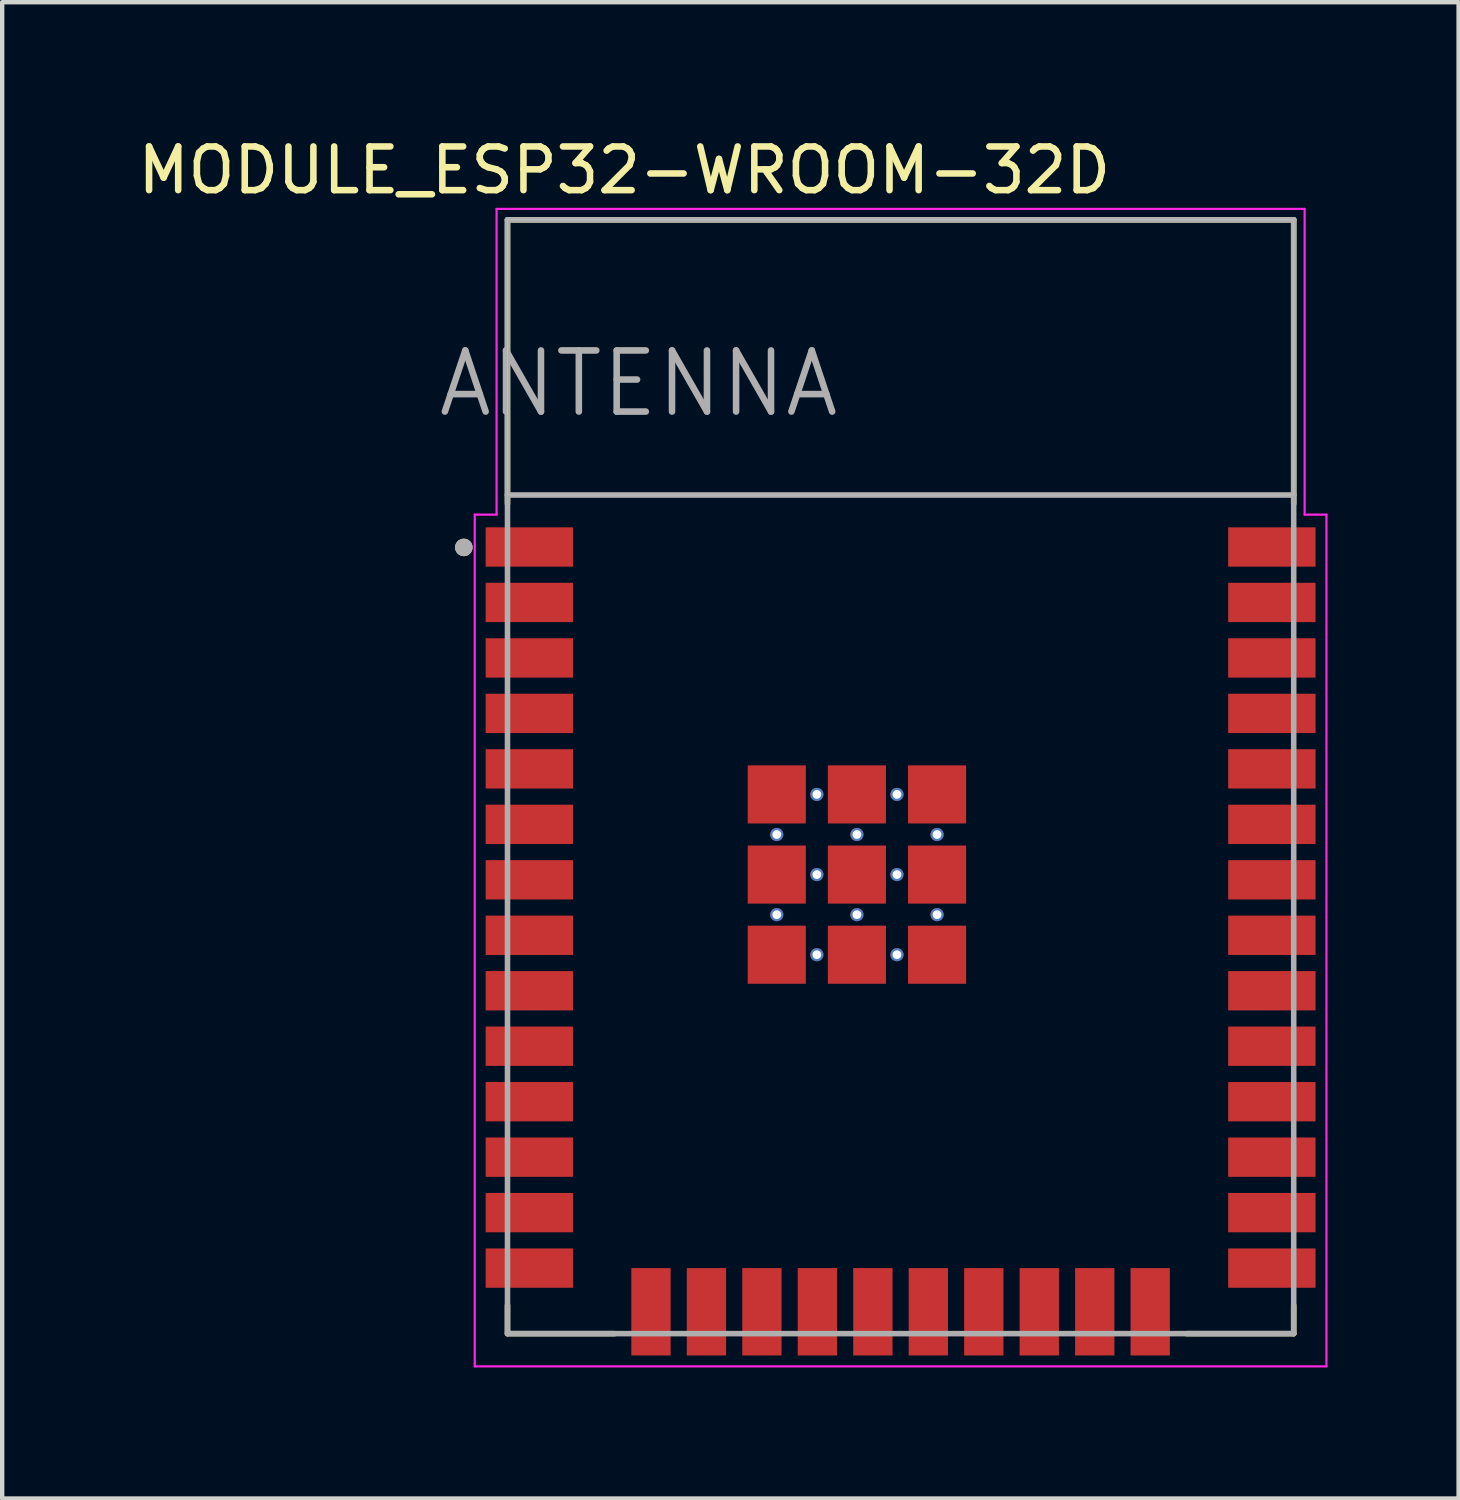
<source format=kicad_pcb>
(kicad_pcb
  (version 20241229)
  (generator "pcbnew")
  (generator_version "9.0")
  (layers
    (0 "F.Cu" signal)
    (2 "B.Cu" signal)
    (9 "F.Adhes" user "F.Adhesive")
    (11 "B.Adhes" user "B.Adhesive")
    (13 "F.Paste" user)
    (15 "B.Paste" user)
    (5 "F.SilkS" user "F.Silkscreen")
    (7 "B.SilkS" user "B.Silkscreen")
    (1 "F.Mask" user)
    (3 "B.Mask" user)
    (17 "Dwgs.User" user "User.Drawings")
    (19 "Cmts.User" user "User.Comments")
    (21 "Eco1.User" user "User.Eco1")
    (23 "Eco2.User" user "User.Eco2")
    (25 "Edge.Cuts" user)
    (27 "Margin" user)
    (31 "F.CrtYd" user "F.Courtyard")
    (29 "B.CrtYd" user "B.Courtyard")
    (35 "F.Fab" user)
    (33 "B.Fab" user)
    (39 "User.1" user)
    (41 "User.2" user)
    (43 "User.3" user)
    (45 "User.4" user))
  (footprint "MODULE_ESP32-WROOM-32D"
    (layer "F.Cu")
    (at 17.569 14.733)
    (property "Reference" "MODULE_ESP32-WROOM-32D" (at -6.325 -13.885 0) (layer "F.SilkS") (effects (font (size 1 1) (thickness 0.15))))
    (attr through_hole)
    (fp_line (start -9 -12.75) (end 9 -12.75) (stroke (width 0.127) (type solid)) (layer "F.SilkS"))
    (fp_line (start -9 -6.25) (end -9 -12.75) (stroke (width 0.127) (type solid)) (layer "F.SilkS"))
    (fp_line (start -9 12.1) (end -9 12.75) (stroke (width 0.127) (type solid)) (layer "F.SilkS"))
    (fp_line (start -9 12.75) (end -6.55 12.75) (stroke (width 0.127) (type solid)) (layer "F.SilkS"))
    (fp_line (start 6.55 12.75) (end 9 12.75) (stroke (width 0.127) (type solid)) (layer "F.SilkS"))
    (fp_line (start 9 -12.75) (end 9 -6.25) (stroke (width 0.127) (type solid)) (layer "F.SilkS"))
    (fp_line (start 9 12.75) (end 9 12.1) (stroke (width 0.127) (type solid)) (layer "F.SilkS"))
    (fp_circle (center -10 -5.25) (end -9.9 -5.25) (stroke (width 0.2) (type solid)) (fill no) (layer "F.SilkS"))
    (fp_poly (pts (xy -9 -12.75) (xy 9 -12.75) (xy 9 -6.45) (xy -9 -6.45)) (stroke (width 0.01) (type solid)) (fill no) (layer "Dwgs.User"))
    (fp_poly (pts (xy -9 -12.75) (xy 9 -12.75) (xy 9 -6.45) (xy -9 -6.45)) (stroke (width 0.01) (type solid)) (fill no) (layer "Dwgs.User"))
    (fp_line (start -9.75 -6) (end -9.25 -6) (stroke (width 0.05) (type solid)) (layer "F.CrtYd"))
    (fp_line (start -9.75 13.5) (end -9.75 -6) (stroke (width 0.05) (type solid)) (layer "F.CrtYd"))
    (fp_line (start -9.25 -13) (end 9.25 -13) (stroke (width 0.05) (type solid)) (layer "F.CrtYd"))
    (fp_line (start -9.25 -6) (end -9.25 -13) (stroke (width 0.05) (type solid)) (layer "F.CrtYd"))
    (fp_line (start 9.25 -13) (end 9.25 -6) (stroke (width 0.05) (type solid)) (layer "F.CrtYd"))
    (fp_line (start 9.25 -6) (end 9.75 -6) (stroke (width 0.05) (type solid)) (layer "F.CrtYd"))
    (fp_line (start 9.75 -6) (end 9.75 13.5) (stroke (width 0.05) (type solid)) (layer "F.CrtYd"))
    (fp_line (start 9.75 13.5) (end -9.75 13.5) (stroke (width 0.05) (type solid)) (layer "F.CrtYd"))
    (fp_line (start -9 -12.75) (end -9 -6.45) (stroke (width 0.127) (type solid)) (layer "F.Fab"))
    (fp_line (start -9 -12.75) (end 9 -12.75) (stroke (width 0.127) (type solid)) (layer "F.Fab"))
    (fp_line (start -9 -6.45) (end 9 -6.45) (stroke (width 0.127) (type solid)) (layer "F.Fab"))
    (fp_line (start -9 12.75) (end -9 -6.45) (stroke (width 0.127) (type solid)) (layer "F.Fab"))
    (fp_line (start 9 -12.75) (end 9 -6.45) (stroke (width 0.127) (type solid)) (layer "F.Fab"))
    (fp_line (start 9 -6.45) (end 9 12.75) (stroke (width 0.127) (type solid)) (layer "F.Fab"))
    (fp_line (start 9 12.75) (end -9 12.75) (stroke (width 0.127) (type solid)) (layer "F.Fab"))
    (fp_circle (center -10 -5.25) (end -9.9 -5.25) (stroke (width 0.2) (type solid)) (fill no) (layer "F.Fab"))
    (fp_text user "ANTENNA" (at -6 -9 0) (layer "F.Fab") (effects (font (size 1.4 1.4) (thickness 0.15))))
    (pad "1" smd rect (at -8.5 -5.26) (size 2 0.9) (layers "F.Cu" "F.Mask" "F.Paste"))
    (pad "2" smd rect (at -8.5 -3.99) (size 2 0.9) (layers "F.Cu" "F.Mask" "F.Paste"))
    (pad "3" smd rect (at -8.5 -2.72) (size 2 0.9) (layers "F.Cu" "F.Mask" "F.Paste"))
    (pad "4" smd rect (at -8.5 -1.45) (size 2 0.9) (layers "F.Cu" "F.Mask" "F.Paste"))
    (pad "5" smd rect (at -8.5 -0.18) (size 2 0.9) (layers "F.Cu" "F.Mask" "F.Paste"))
    (pad "6" smd rect (at -8.5 1.09) (size 2 0.9) (layers "F.Cu" "F.Mask" "F.Paste"))
    (pad "7" smd rect (at -8.5 2.36) (size 2 0.9) (layers "F.Cu" "F.Mask" "F.Paste"))
    (pad "8" smd rect (at -8.5 3.63) (size 2 0.9) (layers "F.Cu" "F.Mask" "F.Paste"))
    (pad "9" smd rect (at -8.5 4.9) (size 2 0.9) (layers "F.Cu" "F.Mask" "F.Paste"))
    (pad "10" smd rect (at -8.5 6.17) (size 2 0.9) (layers "F.Cu" "F.Mask" "F.Paste"))
    (pad "11" smd rect (at -8.5 7.44) (size 2 0.9) (layers "F.Cu" "F.Mask" "F.Paste"))
    (pad "12" smd rect (at -8.5 8.71) (size 2 0.9) (layers "F.Cu" "F.Mask" "F.Paste"))
    (pad "13" smd rect (at -8.5 9.98) (size 2 0.9) (layers "F.Cu" "F.Mask" "F.Paste"))
    (pad "14" smd rect (at -8.5 11.25) (size 2 0.9) (layers "F.Cu" "F.Mask" "F.Paste"))
    (pad "15" smd rect (at -5.715 12.25) (size 0.9 2) (layers "F.Cu" "F.Mask" "F.Paste"))
    (pad "16" smd rect (at -4.445 12.25) (size 0.9 2) (layers "F.Cu" "F.Mask" "F.Paste"))
    (pad "17" smd rect (at -3.175 12.25) (size 0.9 2) (layers "F.Cu" "F.Mask" "F.Paste"))
    (pad "18" smd rect (at -1.905 12.25) (size 0.9 2) (layers "F.Cu" "F.Mask" "F.Paste"))
    (pad "19" smd rect (at -0.635 12.25) (size 0.9 2) (layers "F.Cu" "F.Mask" "F.Paste"))
    (pad "20" smd rect (at 0.635 12.25) (size 0.9 2) (layers "F.Cu" "F.Mask" "F.Paste"))
    (pad "21" smd rect (at 1.905 12.25) (size 0.9 2) (layers "F.Cu" "F.Mask" "F.Paste"))
    (pad "22" smd rect (at 3.175 12.25) (size 0.9 2) (layers "F.Cu" "F.Mask" "F.Paste"))
    (pad "23" smd rect (at 4.445 12.25) (size 0.9 2) (layers "F.Cu" "F.Mask" "F.Paste"))
    (pad "24" smd rect (at 5.715 12.25) (size 0.9 2) (layers "F.Cu" "F.Mask" "F.Paste"))
    (pad "25" smd rect (at 8.5 11.25) (size 2 0.9) (layers "F.Cu" "F.Mask" "F.Paste"))
    (pad "26" smd rect (at 8.5 9.98) (size 2 0.9) (layers "F.Cu" "F.Mask" "F.Paste"))
    (pad "27" smd rect (at 8.5 8.71) (size 2 0.9) (layers "F.Cu" "F.Mask" "F.Paste"))
    (pad "28" smd rect (at 8.5 7.44) (size 2 0.9) (layers "F.Cu" "F.Mask" "F.Paste"))
    (pad "29" smd rect (at 8.5 6.17) (size 2 0.9) (layers "F.Cu" "F.Mask" "F.Paste"))
    (pad "30" smd rect (at 8.5 4.9) (size 2 0.9) (layers "F.Cu" "F.Mask" "F.Paste"))
    (pad "31" smd rect (at 8.5 3.63) (size 2 0.9) (layers "F.Cu" "F.Mask" "F.Paste"))
    (pad "32" smd rect (at 8.5 2.36) (size 2 0.9) (layers "F.Cu" "F.Mask" "F.Paste"))
    (pad "33" smd rect (at 8.5 1.09) (size 2 0.9) (layers "F.Cu" "F.Mask" "F.Paste"))
    (pad "34" smd rect (at 8.5 -0.18) (size 2 0.9) (layers "F.Cu" "F.Mask" "F.Paste"))
    (pad "35" smd rect (at 8.5 -1.45) (size 2 0.9) (layers "F.Cu" "F.Mask" "F.Paste"))
    (pad "36" smd rect (at 8.5 -2.72) (size 2 0.9) (layers "F.Cu" "F.Mask" "F.Paste"))
    (pad "37" smd rect (at 8.5 -3.99) (size 2 0.9) (layers "F.Cu" "F.Mask" "F.Paste"))
    (pad "38" smd rect (at 8.5 -5.26) (size 2 0.9) (layers "F.Cu" "F.Mask" "F.Paste"))
    (pad "39_1" smd rect (at -2.835 0.405) (size 1.33 1.33) (layers "F.Cu" "F.Mask" "F.Paste"))
    (pad "39_2" smd rect (at -1 0.405) (size 1.33 1.33) (layers "F.Cu" "F.Mask" "F.Paste"))
    (pad "39_3" smd rect (at 0.835 0.405) (size 1.33 1.33) (layers "F.Cu" "F.Mask" "F.Paste"))
    (pad "39_4" smd rect (at -2.835 2.24) (size 1.33 1.33) (layers "F.Cu" "F.Mask" "F.Paste"))
    (pad "39_5" smd rect (at -1 2.24) (size 1.33 1.33) (layers "F.Cu" "F.Mask" "F.Paste"))
    (pad "39_6" smd rect (at 0.835 2.24) (size 1.33 1.33) (layers "F.Cu" "F.Mask" "F.Paste"))
    (pad "39_7" smd rect (at -2.835 4.075) (size 1.33 1.33) (layers "F.Cu" "F.Mask" "F.Paste"))
    (pad "39_8" smd rect (at -1 4.075) (size 1.33 1.33) (layers "F.Cu" "F.Mask" "F.Paste"))
    (pad "39_9" smd rect (at 0.835 4.075) (size 1.33 1.33) (layers "F.Cu" "F.Mask" "F.Paste"))
    (pad "39_10" thru_hole circle (at -1.917 0.405) (size 0.3 0.3) (drill 0.2) (layers "*.Cu" "*.Mask"))
    (pad "39_11" thru_hole circle (at -0.083 0.405) (size 0.3 0.3) (drill 0.2) (layers "*.Cu" "*.Mask"))
    (pad "39_12" thru_hole circle (at -2.835 1.323) (size 0.3 0.3) (drill 0.2) (layers "*.Cu" "*.Mask"))
    (pad "39_13" thru_hole circle (at -1 1.323) (size 0.3 0.3) (drill 0.2) (layers "*.Cu" "*.Mask"))
    (pad "39_14" thru_hole circle (at 0.835 1.323) (size 0.3 0.3) (drill 0.2) (layers "*.Cu" "*.Mask"))
    (pad "39_15" thru_hole circle (at -1.917 2.24) (size 0.3 0.3) (drill 0.2) (layers "*.Cu" "*.Mask"))
    (pad "39_16" thru_hole circle (at -0.083 2.24) (size 0.3 0.3) (drill 0.2) (layers "*.Cu" "*.Mask"))
    (pad "39_17" thru_hole circle (at -2.835 3.158) (size 0.3 0.3) (drill 0.2) (layers "*.Cu" "*.Mask"))
    (pad "39_18" thru_hole circle (at -1 3.158) (size 0.3 0.3) (drill 0.2) (layers "*.Cu" "*.Mask"))
    (pad "39_19" thru_hole circle (at 0.835 3.158) (size 0.3 0.3) (drill 0.2) (layers "*.Cu" "*.Mask"))
    (pad "39_20" thru_hole circle (at -1.917 4.075) (size 0.3 0.3) (drill 0.2) (layers "*.Cu" "*.Mask"))
    (pad "39_21" thru_hole circle (at -0.083 4.075) (size 0.3 0.3) (drill 0.2) (layers "*.Cu" "*.Mask")))
  (gr_rect
    (start -3 -3)
    (end 30.344 31.258)
    (stroke (width 0.1) (type default))
    (fill no)
    (layer "Edge.Cuts")))
</source>
